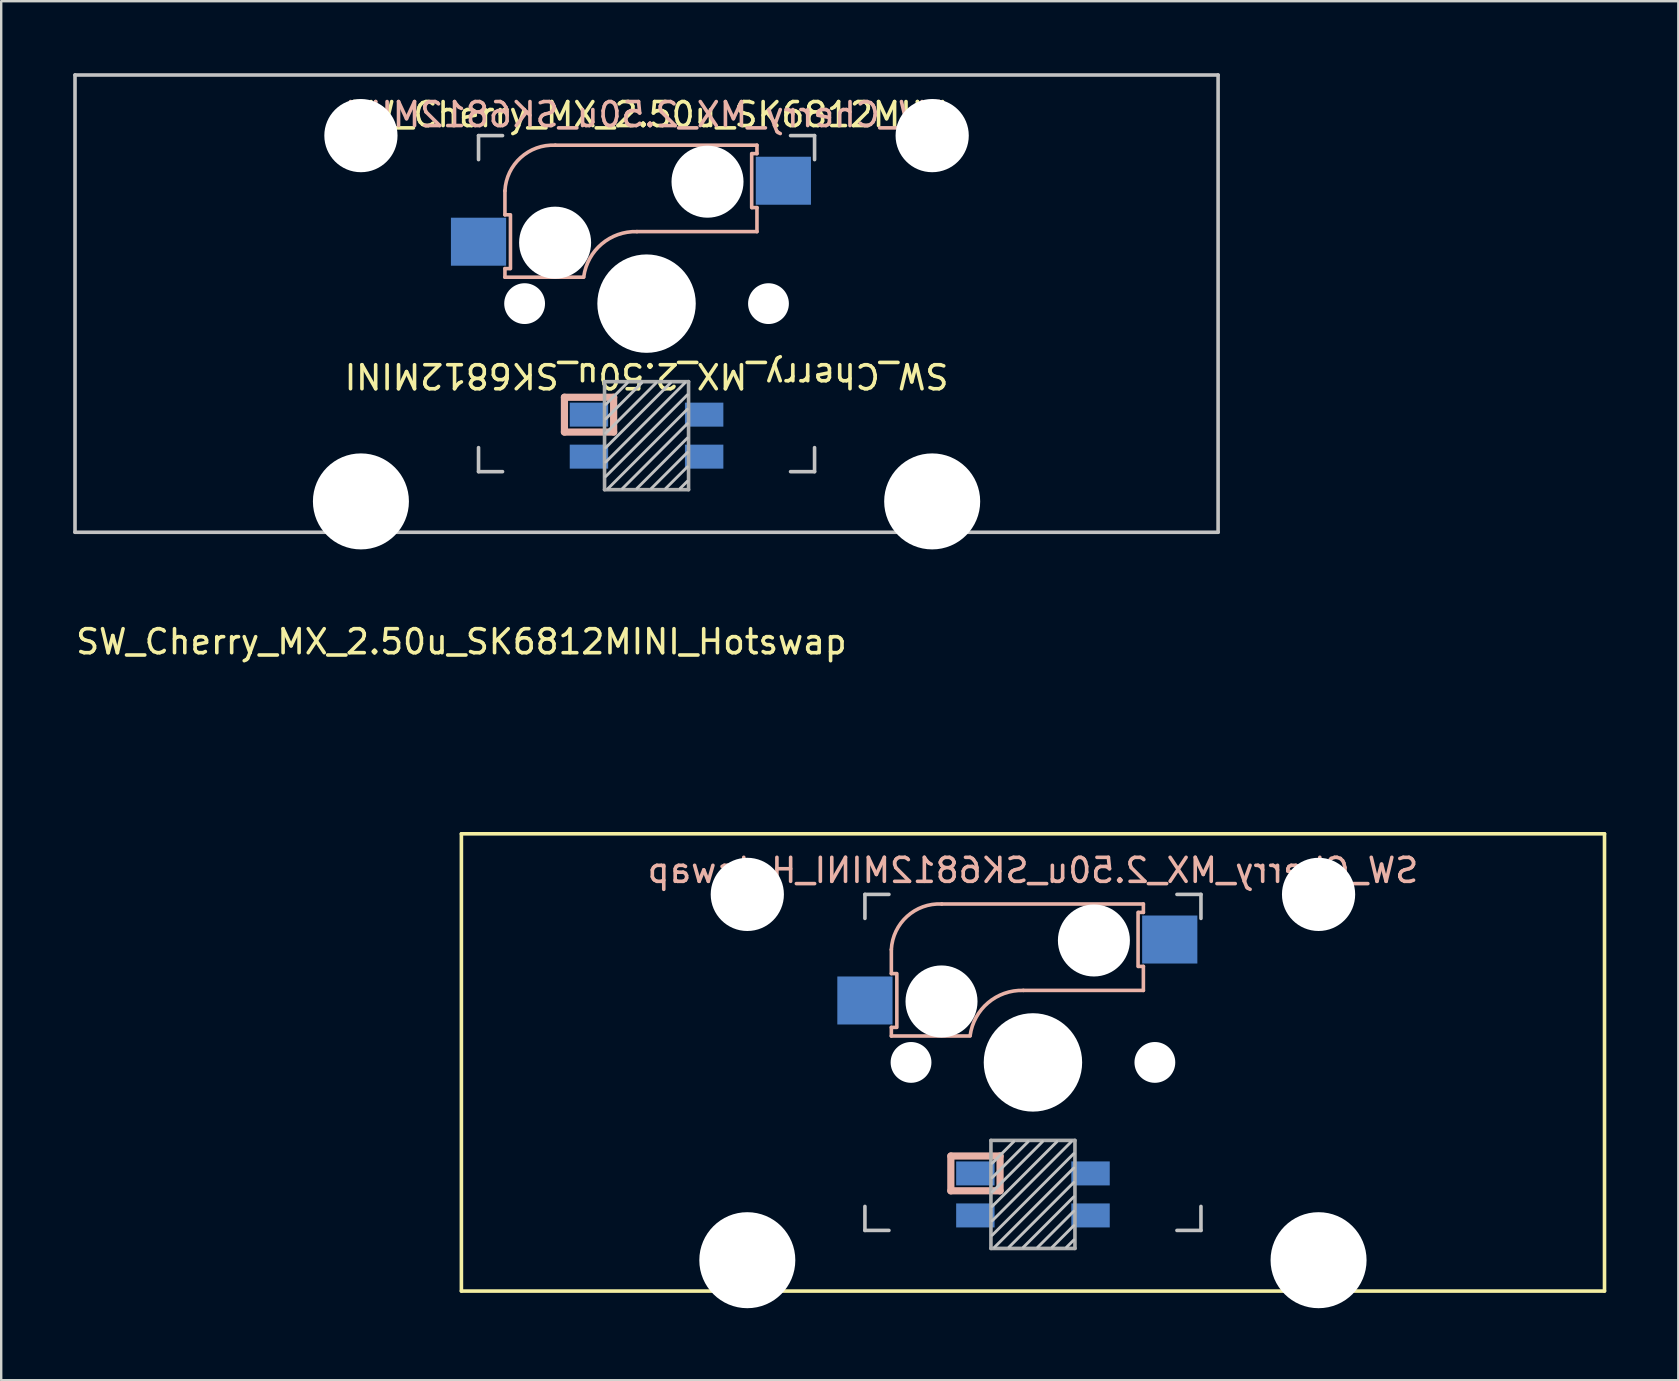
<source format=kicad_pcb>
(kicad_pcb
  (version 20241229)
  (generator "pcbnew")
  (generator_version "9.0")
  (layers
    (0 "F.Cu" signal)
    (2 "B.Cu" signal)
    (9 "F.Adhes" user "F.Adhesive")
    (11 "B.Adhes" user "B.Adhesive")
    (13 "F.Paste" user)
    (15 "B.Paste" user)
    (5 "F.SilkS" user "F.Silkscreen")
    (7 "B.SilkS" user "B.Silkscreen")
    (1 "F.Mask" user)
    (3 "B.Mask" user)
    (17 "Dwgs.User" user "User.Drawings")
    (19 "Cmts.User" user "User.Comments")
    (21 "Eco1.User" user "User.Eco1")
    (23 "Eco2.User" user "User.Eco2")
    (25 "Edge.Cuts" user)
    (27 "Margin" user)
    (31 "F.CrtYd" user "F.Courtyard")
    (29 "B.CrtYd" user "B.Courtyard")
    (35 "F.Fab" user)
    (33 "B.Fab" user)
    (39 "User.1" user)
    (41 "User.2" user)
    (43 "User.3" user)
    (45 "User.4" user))
  (footprint "SW_Cherry_MX_2.50u_SK6812MINI_Hotswap"
    (layer "F.Cu")
    (at 16.173 31.688)
    (property "Reference" "SW_Cherry_MX_2.50u_SK6812MINI_Hotswap" (at 0 -8 0) (unlocked yes) (layer "F.SilkS") (effects (font (size 1 1) (thickness 0.15))))
    (attr through_hole)
    (fp_line (start 0 0) (end 47.625 0) (stroke (width 0.15) (type solid)) (layer "F.SilkS"))
    (fp_line (start 0 19.05) (end 0 0) (stroke (width 0.15) (type solid)) (layer "F.SilkS"))
    (fp_line (start 0 19.05) (end 47.625 19.05) (stroke (width 0.15) (type solid)) (layer "F.SilkS"))
    (fp_line (start 47.625 0) (end 47.625 19.05) (stroke (width 0.15) (type solid)) (layer "F.SilkS"))
    (fp_line (start 17.913 4.825) (end 17.913 5.825) (stroke (width 0.15) (type solid)) (layer "B.SilkS"))
    (fp_line (start 17.913 5.825) (end 18.113 5.825) (stroke (width 0.15) (type solid)) (layer "B.SilkS"))
    (fp_line (start 17.913 8.425) (end 17.913 8.065) (stroke (width 0.15) (type solid)) (layer "B.SilkS"))
    (fp_line (start 17.913 8.425) (end 21.192 8.425) (stroke (width 0.15) (type solid)) (layer "B.SilkS"))
    (fp_line (start 18.113 8.065) (end 17.913 8.065) (stroke (width 0.15) (type solid)) (layer "B.SilkS"))
    (fp_line (start 18.142 5.825) (end 18.142 8.065) (stroke (width 0.15) (type solid)) (layer "B.SilkS"))
    (fp_line (start 20.392 13.425) (end 22.442 13.425) (stroke (width 0.3) (type solid)) (layer "B.SilkS"))
    (fp_line (start 20.392 14.875) (end 20.392 13.425) (stroke (width 0.3) (type solid)) (layer "B.SilkS"))
    (fp_line (start 22.442 13.425) (end 22.442 14.875) (stroke (width 0.3) (type solid)) (layer "B.SilkS"))
    (fp_line (start 22.442 14.875) (end 20.392 14.875) (stroke (width 0.3) (type solid)) (layer "B.SilkS"))
    (fp_line (start 23.413 6.525) (end 28.413 6.525) (stroke (width 0.15) (type solid)) (layer "B.SilkS"))
    (fp_line (start 28.192 5.525) (end 28.192 3.275) (stroke (width 0.15) (type solid)) (layer "B.SilkS"))
    (fp_line (start 28.212 3.275) (end 28.413 3.275) (stroke (width 0.15) (type solid)) (layer "B.SilkS"))
    (fp_line (start 28.413 2.925) (end 20.012 2.925) (stroke (width 0.15) (type solid)) (layer "B.SilkS"))
    (fp_line (start 28.413 3.275) (end 28.413 2.925) (stroke (width 0.15) (type solid)) (layer "B.SilkS"))
    (fp_line (start 28.413 5.525) (end 28.212 5.525) (stroke (width 0.15) (type solid)) (layer "B.SilkS"))
    (fp_line (start 28.413 6.525) (end 28.413 5.525) (stroke (width 0.15) (type solid)) (layer "B.SilkS"))
    (fp_arc (start 17.9125 4.825001) (mid 18.568996 3.440076) (end 20.012499 2.925) (stroke (width 0.15) (type solid)) (layer "B.SilkS"))
    (fp_arc (start 21.196182 8.403529) (mid 21.943791 7.038882) (end 23.4125 6.525) (stroke (width 0.15) (type solid)) (layer "B.SilkS"))
    (fp_line (start 16.812 2.525) (end 17.812 2.525) (stroke (width 0.15) (type solid)) (layer "Dwgs.User"))
    (fp_line (start 16.812 3.525) (end 16.812 2.525) (stroke (width 0.15) (type solid)) (layer "Dwgs.User"))
    (fp_line (start 16.812 15.525) (end 16.812 16.525) (stroke (width 0.15) (type solid)) (layer "Dwgs.User"))
    (fp_line (start 16.812 16.525) (end 17.812 16.525) (stroke (width 0.15) (type solid)) (layer "Dwgs.User"))
    (fp_line (start 23.012 12.825) (end 22.113 13.725) (stroke (width 0.12) (type solid)) (layer "Dwgs.User"))
    (fp_line (start 23.613 12.825) (end 22.113 14.325) (stroke (width 0.12) (type solid)) (layer "Dwgs.User"))
    (fp_line (start 24.212 12.825) (end 22.113 14.925) (stroke (width 0.12) (type solid)) (layer "Dwgs.User"))
    (fp_line (start 24.812 12.825) (end 22.113 15.525) (stroke (width 0.12) (type solid)) (layer "Dwgs.User"))
    (fp_line (start 25.413 12.825) (end 22.113 16.125) (stroke (width 0.12) (type solid)) (layer "Dwgs.User"))
    (fp_line (start 25.512 13.325) (end 22.113 16.725) (stroke (width 0.12) (type solid)) (layer "Dwgs.User"))
    (fp_line (start 25.512 13.925) (end 22.212 17.225) (stroke (width 0.12) (type solid)) (layer "Dwgs.User"))
    (fp_line (start 25.512 14.525) (end 22.812 17.225) (stroke (width 0.12) (type solid)) (layer "Dwgs.User"))
    (fp_line (start 25.512 15.125) (end 23.413 17.225) (stroke (width 0.12) (type solid)) (layer "Dwgs.User"))
    (fp_line (start 25.512 15.725) (end 24.012 17.225) (stroke (width 0.12) (type solid)) (layer "Dwgs.User"))
    (fp_line (start 25.512 16.325) (end 24.613 17.225) (stroke (width 0.12) (type solid)) (layer "Dwgs.User"))
    (fp_line (start 25.512 16.925) (end 25.212 17.225) (stroke (width 0.12) (type solid)) (layer "Dwgs.User"))
    (fp_line (start 29.812 16.525) (end 30.812 16.525) (stroke (width 0.15) (type solid)) (layer "Dwgs.User"))
    (fp_line (start 30.812 2.525) (end 29.812 2.525) (stroke (width 0.15) (type solid)) (layer "Dwgs.User"))
    (fp_line (start 30.812 2.525) (end 30.812 3.525) (stroke (width 0.15) (type solid)) (layer "Dwgs.User"))
    (fp_line (start 30.812 16.525) (end 30.812 15.525) (stroke (width 0.15) (type solid)) (layer "Dwgs.User"))
    (fp_line (start 7.683 17.297) (end 7.684 3.835) (stroke (width 0.05) (type solid)) (layer "Eco1.User"))
    (fp_line (start 7.684 3.835) (end 16.76 3.836) (stroke (width 0.05) (type solid)) (layer "Eco1.User"))
    (fp_line (start 14.161 16.129) (end 14.161 17.297) (stroke (width 0.05) (type solid)) (layer "Eco1.User"))
    (fp_line (start 14.161 17.297) (end 7.683 17.297) (stroke (width 0.05) (type solid)) (layer "Eco1.User"))
    (fp_line (start 16.76 2.481) (end 16.76 3.836) (stroke (width 0.05) (type solid)) (layer "Eco1.User"))
    (fp_line (start 16.76 2.481) (end 30.86 2.481) (stroke (width 0.05) (type solid)) (layer "Eco1.User"))
    (fp_line (start 16.76 16.13) (end 14.161 16.129) (stroke (width 0.05) (type solid)) (layer "Eco1.User"))
    (fp_line (start 16.76 16.13) (end 16.76 16.581) (stroke (width 0.05) (type solid)) (layer "Eco1.User"))
    (fp_line (start 30.86 2.481) (end 30.86 3.836) (stroke (width 0.05) (type solid)) (layer "Eco1.User"))
    (fp_line (start 30.86 16.13) (end 30.86 16.581) (stroke (width 0.05) (type solid)) (layer "Eco1.User"))
    (fp_line (start 30.86 16.13) (end 33.465 16.129) (stroke (width 0.05) (type solid)) (layer "Eco1.User"))
    (fp_line (start 30.86 16.581) (end 16.76 16.581) (stroke (width 0.05) (type solid)) (layer "Eco1.User"))
    (fp_line (start 33.465 17.297) (end 33.465 16.129) (stroke (width 0.05) (type solid)) (layer "Eco1.User"))
    (fp_line (start 33.465 17.297) (end 39.943 17.297) (stroke (width 0.05) (type solid)) (layer "Eco1.User"))
    (fp_line (start 39.941 3.835) (end 30.86 3.836) (stroke (width 0.05) (type solid)) (layer "Eco1.User"))
    (fp_line (start 39.943 17.297) (end 39.941 3.835) (stroke (width 0.05) (type solid)) (layer "Eco1.User"))
    (fp_line (start 22.062 12.775) (end 22.062 17.275) (stroke (width 0.15) (type solid)) (layer "F.Fab"))
    (fp_line (start 22.062 12.775) (end 25.562 12.775) (stroke (width 0.15) (type solid)) (layer "F.Fab"))
    (fp_line (start 25.562 12.775) (end 25.562 17.275) (stroke (width 0.15) (type solid)) (layer "F.Fab"))
    (fp_line (start 25.562 17.275) (end 22.062 17.275) (stroke (width 0.15) (type solid)) (layer "F.Fab"))
    (fp_text user "${REFERENCE}" (at 23.812 1.525 0) (layer "B.SilkS") (effects (font (size 1 1) (thickness 0.15)) (justify mirror)))
    (pad "" np_thru_hole circle (at 11.912 2.525) (size 3.05 3.05) (drill 3.05) (layers "*.Cu" "*.Mask"))
    (pad "" np_thru_hole circle (at 11.912 17.765) (size 4 4) (drill 4) (layers "*.Cu" "*.Mask"))
    (pad "" np_thru_hole circle (at 18.733 9.525) (size 1.7 1.7) (drill 1.7) (layers "*.Cu" "*.Mask"))
    (pad "" np_thru_hole circle (at 20.003 6.985 180) (size 3 3) (drill 3) (layers "*.Cu" "*.Mask"))
    (pad "" np_thru_hole circle (at 23.812 9.525 90) (size 4.1 4.1) (drill 4.1) (layers "*.Cu" "*.Mask"))
    (pad "" np_thru_hole circle (at 26.352 4.445 180) (size 3 3) (drill 3) (layers "*.Cu" "*.Mask"))
    (pad "" np_thru_hole circle (at 28.892 9.525) (size 1.7 1.7) (drill 1.7) (layers "*.Cu" "*.Mask"))
    (pad "" np_thru_hole circle (at 35.712 2.525) (size 3.05 3.05) (drill 3.05) (layers "*.Cu" "*.Mask"))
    (pad "" np_thru_hole circle (at 35.712 17.765) (size 4 4) (drill 4) (layers "*.Cu" "*.Mask"))
    (pad "1" smd rect (at 16.812 6.945 180) (size 2.3 2) (layers "B.Cu" "B.Mask" "B.Paste"))
    (pad "2" smd rect (at 29.512 4.405 180) (size 2.3 2) (layers "B.Cu" "B.Mask" "B.Paste"))
    (pad "3" smd rect (at 21.413 14.15) (size 1.6 1) (layers "B.Cu" "B.Mask" "B.Paste"))
    (pad "4" smd rect (at 21.413 15.9) (size 1.6 1) (layers "B.Cu" "B.Mask" "B.Paste"))
    (pad "5" smd rect (at 26.212 15.9) (size 1.6 1) (layers "B.Cu" "B.Mask" "B.Paste"))
    (pad "6" smd rect (at 26.212 14.15) (size 1.6 1) (layers "B.Cu" "B.Mask" "B.Paste")))
  (footprint "SW_Cherry_MX_2.50u_SK6812MINI"
    (layer "F.Cu")
    (at 23.887 9.6)
    (property "Reference" "SW_Cherry_MX_2.50u_SK6812MINI" (at 0 3 180) (unlocked yes) (layer "F.SilkS") (effects (font (size 1 1) (thickness 0.15))))
    (attr through_hole)
    (fp_line (start -5.9 -4.7) (end -5.9 -3.7) (stroke (width 0.15) (type solid)) (layer "B.SilkS"))
    (fp_line (start -5.9 -3.7) (end -5.7 -3.7) (stroke (width 0.15) (type solid)) (layer "B.SilkS"))
    (fp_line (start -5.9 -1.1) (end -5.9 -1.46) (stroke (width 0.15) (type solid)) (layer "B.SilkS"))
    (fp_line (start -5.9 -1.1) (end -2.62 -1.1) (stroke (width 0.15) (type solid)) (layer "B.SilkS"))
    (fp_line (start -5.7 -1.46) (end -5.9 -1.46) (stroke (width 0.15) (type solid)) (layer "B.SilkS"))
    (fp_line (start -5.67 -3.7) (end -5.67 -1.46) (stroke (width 0.15) (type solid)) (layer "B.SilkS"))
    (fp_line (start -3.421 3.9) (end -1.371 3.9) (stroke (width 0.3) (type solid)) (layer "B.SilkS"))
    (fp_line (start -3.421 5.35) (end -3.421 3.9) (stroke (width 0.3) (type solid)) (layer "B.SilkS"))
    (fp_line (start -1.371 3.9) (end -1.371 5.35) (stroke (width 0.3) (type solid)) (layer "B.SilkS"))
    (fp_line (start -1.371 5.35) (end -3.421 5.35) (stroke (width 0.3) (type solid)) (layer "B.SilkS"))
    (fp_line (start -0.4 -3) (end 4.6 -3) (stroke (width 0.15) (type solid)) (layer "B.SilkS"))
    (fp_line (start 4.38 -4) (end 4.38 -6.25) (stroke (width 0.15) (type solid)) (layer "B.SilkS"))
    (fp_line (start 4.4 -6.25) (end 4.6 -6.25) (stroke (width 0.15) (type solid)) (layer "B.SilkS"))
    (fp_line (start 4.6 -6.6) (end -3.8 -6.6) (stroke (width 0.15) (type solid)) (layer "B.SilkS"))
    (fp_line (start 4.6 -6.25) (end 4.6 -6.6) (stroke (width 0.15) (type solid)) (layer "B.SilkS"))
    (fp_line (start 4.6 -4) (end 4.4 -4) (stroke (width 0.15) (type solid)) (layer "B.SilkS"))
    (fp_line (start 4.6 -3) (end 4.6 -4) (stroke (width 0.15) (type solid)) (layer "B.SilkS"))
    (fp_arc (start -5.9 -4.699999) (mid -5.243504 -6.084924) (end -3.800001 -6.6) (stroke (width 0.15) (type solid)) (layer "B.SilkS"))
    (fp_arc (start -2.616318 -1.121471) (mid -1.868709 -2.486118) (end -0.4 -3) (stroke (width 0.15) (type solid)) (layer "B.SilkS"))
    (fp_line (start -23.812 -9.525) (end 23.812 -9.525) (stroke (width 0.15) (type solid)) (layer "Dwgs.User"))
    (fp_line (start -23.812 9.525) (end -23.812 -9.525) (stroke (width 0.15) (type solid)) (layer "Dwgs.User"))
    (fp_line (start -23.812 9.525) (end 23.812 9.525) (stroke (width 0.15) (type solid)) (layer "Dwgs.User"))
    (fp_line (start -7 -7) (end -6 -7) (stroke (width 0.15) (type solid)) (layer "Dwgs.User"))
    (fp_line (start -7 -6) (end -7 -7) (stroke (width 0.15) (type solid)) (layer "Dwgs.User"))
    (fp_line (start -7 6) (end -7 7) (stroke (width 0.15) (type solid)) (layer "Dwgs.User"))
    (fp_line (start -7 7) (end -6 7) (stroke (width 0.15) (type solid)) (layer "Dwgs.User"))
    (fp_line (start -0.8 3.3) (end -1.7 4.2) (stroke (width 0.12) (type solid)) (layer "Dwgs.User"))
    (fp_line (start -0.2 3.3) (end -1.7 4.8) (stroke (width 0.12) (type solid)) (layer "Dwgs.User"))
    (fp_line (start 0.4 3.3) (end -1.7 5.4) (stroke (width 0.12) (type solid)) (layer "Dwgs.User"))
    (fp_line (start 1 3.3) (end -1.7 6) (stroke (width 0.12) (type solid)) (layer "Dwgs.User"))
    (fp_line (start 1.6 3.3) (end -1.7 6.6) (stroke (width 0.12) (type solid)) (layer "Dwgs.User"))
    (fp_line (start 1.7 3.8) (end -1.7 7.2) (stroke (width 0.12) (type solid)) (layer "Dwgs.User"))
    (fp_line (start 1.7 4.4) (end -1.6 7.7) (stroke (width 0.12) (type solid)) (layer "Dwgs.User"))
    (fp_line (start 1.7 5) (end -1 7.7) (stroke (width 0.12) (type solid)) (layer "Dwgs.User"))
    (fp_line (start 1.7 5.6) (end -0.4 7.7) (stroke (width 0.12) (type solid)) (layer "Dwgs.User"))
    (fp_line (start 1.7 6.2) (end 0.2 7.7) (stroke (width 0.12) (type solid)) (layer "Dwgs.User"))
    (fp_line (start 1.7 6.8) (end 0.8 7.7) (stroke (width 0.12) (type solid)) (layer "Dwgs.User"))
    (fp_line (start 1.7 7.4) (end 1.4 7.7) (stroke (width 0.12) (type solid)) (layer "Dwgs.User"))
    (fp_line (start 6 7) (end 7 7) (stroke (width 0.15) (type solid)) (layer "Dwgs.User"))
    (fp_line (start 7 -7) (end 6 -7) (stroke (width 0.15) (type solid)) (layer "Dwgs.User"))
    (fp_line (start 7 -7) (end 7 -6) (stroke (width 0.15) (type solid)) (layer "Dwgs.User"))
    (fp_line (start 7 7) (end 7 6) (stroke (width 0.15) (type solid)) (layer "Dwgs.User"))
    (fp_line (start 23.812 -9.525) (end 23.812 9.525) (stroke (width 0.15) (type solid)) (layer "Dwgs.User"))
    (fp_line (start -16.129 -2.286) (end -15.265 -2.286) (stroke (width 0.05) (type solid)) (layer "Eco1.User"))
    (fp_line (start -16.129 0.508) (end -16.129 -2.286) (stroke (width 0.05) (type solid)) (layer "Eco1.User"))
    (fp_line (start -15.265 -5.69) (end -8.611 -5.69) (stroke (width 0.05) (type solid)) (layer "Eco1.User"))
    (fp_line (start -15.265 -2.286) (end -15.265 -5.69) (stroke (width 0.05) (type solid)) (layer "Eco1.User"))
    (fp_line (start -15.265 0.508) (end -16.129 0.508) (stroke (width 0.05) (type solid)) (layer "Eco1.User"))
    (fp_line (start -15.265 6.604) (end -15.265 0.508) (stroke (width 0.05) (type solid)) (layer "Eco1.User"))
    (fp_line (start -14.224 6.604) (end -15.265 6.604) (stroke (width 0.05) (type solid)) (layer "Eco1.User"))
    (fp_line (start -14.224 7.772) (end -14.224 6.604) (stroke (width 0.05) (type solid)) (layer "Eco1.User"))
    (fp_line (start -9.652 6.604) (end -9.652 7.772) (stroke (width 0.05) (type solid)) (layer "Eco1.User"))
    (fp_line (start -9.652 7.772) (end -14.224 7.772) (stroke (width 0.05) (type solid)) (layer "Eco1.User"))
    (fp_line (start -8.611 -5.69) (end -8.611 -4.877) (stroke (width 0.05) (type solid)) (layer "Eco1.User"))
    (fp_line (start -8.611 -4.877) (end -6.985 -4.877) (stroke (width 0.05) (type solid)) (layer "Eco1.User"))
    (fp_line (start -8.611 5.817) (end -8.611 6.604) (stroke (width 0.05) (type solid)) (layer "Eco1.User"))
    (fp_line (start -8.611 6.604) (end -9.652 6.604) (stroke (width 0.05) (type solid)) (layer "Eco1.User"))
    (fp_line (start -6.985 -6.985) (end 6.985 -6.985) (stroke (width 0.05) (type solid)) (layer "Eco1.User"))
    (fp_line (start -6.985 -4.877) (end -6.985 -6.985) (stroke (width 0.05) (type solid)) (layer "Eco1.User"))
    (fp_line (start -6.985 5.817) (end -8.611 5.817) (stroke (width 0.05) (type solid)) (layer "Eco1.User"))
    (fp_line (start -6.985 6.985) (end -6.985 5.817) (stroke (width 0.05) (type solid)) (layer "Eco1.User"))
    (fp_line (start 6.985 -6.985) (end 6.985 -4.877) (stroke (width 0.05) (type solid)) (layer "Eco1.User"))
    (fp_line (start 6.985 -4.877) (end 8.611 -4.877) (stroke (width 0.05) (type solid)) (layer "Eco1.User"))
    (fp_line (start 6.985 5.817) (end 6.985 6.985) (stroke (width 0.05) (type solid)) (layer "Eco1.User"))
    (fp_line (start 6.985 6.985) (end -6.985 6.985) (stroke (width 0.05) (type solid)) (layer "Eco1.User"))
    (fp_line (start 8.611 -5.69) (end 15.265 -5.69) (stroke (width 0.05) (type solid)) (layer "Eco1.User"))
    (fp_line (start 8.611 -4.877) (end 8.611 -5.69) (stroke (width 0.05) (type solid)) (layer "Eco1.User"))
    (fp_line (start 8.611 5.817) (end 6.985 5.817) (stroke (width 0.05) (type solid)) (layer "Eco1.User"))
    (fp_line (start 8.611 6.604) (end 8.611 5.817) (stroke (width 0.05) (type solid)) (layer "Eco1.User"))
    (fp_line (start 9.652 6.604) (end 8.611 6.604) (stroke (width 0.05) (type solid)) (layer "Eco1.User"))
    (fp_line (start 9.652 7.772) (end 9.652 6.604) (stroke (width 0.05) (type solid)) (layer "Eco1.User"))
    (fp_line (start 14.224 6.604) (end 14.224 7.772) (stroke (width 0.05) (type solid)) (layer "Eco1.User"))
    (fp_line (start 14.224 7.772) (end 9.652 7.772) (stroke (width 0.05) (type solid)) (layer "Eco1.User"))
    (fp_line (start 15.265 -5.69) (end 15.265 -2.286) (stroke (width 0.05) (type solid)) (layer "Eco1.User"))
    (fp_line (start 15.265 -2.286) (end 16.129 -2.286) (stroke (width 0.05) (type solid)) (layer "Eco1.User"))
    (fp_line (start 15.265 0.508) (end 15.265 6.604) (stroke (width 0.05) (type solid)) (layer "Eco1.User"))
    (fp_line (start 15.265 6.604) (end 14.224 6.604) (stroke (width 0.05) (type solid)) (layer "Eco1.User"))
    (fp_line (start 16.129 -2.286) (end 16.129 0.508) (stroke (width 0.05) (type solid)) (layer "Eco1.User"))
    (fp_line (start 16.129 0.508) (end 15.265 0.508) (stroke (width 0.05) (type solid)) (layer "Eco1.User"))
    (fp_line (start -1.75 3.25) (end -1.75 7.75) (stroke (width 0.15) (type solid)) (layer "F.Fab"))
    (fp_line (start -1.75 3.25) (end 1.75 3.25) (stroke (width 0.15) (type solid)) (layer "F.Fab"))
    (fp_line (start 1.75 3.25) (end 1.75 7.75) (stroke (width 0.15) (type solid)) (layer "F.Fab"))
    (fp_line (start 1.75 7.75) (end -1.75 7.75) (stroke (width 0.15) (type solid)) (layer "F.Fab"))
    (fp_text user "${REFERENCE}" (at 0 -7.874 0) (layer "F.SilkS") (effects (font (size 1 1) (thickness 0.15))))
    (fp_text user "${REFERENCE}" (at 0 -7.874 0) (layer "B.SilkS") (effects (font (size 1 1) (thickness 0.15)) (justify mirror)))
    (pad "" np_thru_hole circle (at -11.9 -7) (size 3.05 3.05) (drill 3.05) (layers "*.Cu" "*.Mask"))
    (pad "" np_thru_hole circle (at -11.9 8.24) (size 4 4) (drill 4) (layers "*.Cu" "*.Mask"))
    (pad "" np_thru_hole circle (at -5.08 0) (size 1.7 1.7) (drill 1.7) (layers "*.Cu" "*.Mask"))
    (pad "" np_thru_hole circle (at -3.81 -2.54 180) (size 3 3) (drill 3) (layers "*.Cu" "*.Mask"))
    (pad "" np_thru_hole circle (at 0 0 90) (size 4.1 4.1) (drill 4.1) (layers "*.Cu" "*.Mask"))
    (pad "" np_thru_hole circle (at 2.54 -5.08 180) (size 3 3) (drill 3) (layers "*.Cu" "*.Mask"))
    (pad "" np_thru_hole circle (at 5.08 0) (size 1.7 1.7) (drill 1.7) (layers "*.Cu" "*.Mask"))
    (pad "" np_thru_hole circle (at 11.9 -7) (size 3.05 3.05) (drill 3.05) (layers "*.Cu" "*.Mask"))
    (pad "" np_thru_hole circle (at 11.9 8.24) (size 4 4) (drill 4) (layers "*.Cu" "*.Mask"))
    (pad "1" smd rect (at -2.4 4.625) (size 1.6 1) (layers "B.Cu" "B.Mask" "B.Paste"))
    (pad "2" smd rect (at -2.4 6.375) (size 1.6 1) (layers "B.Cu" "B.Mask" "B.Paste"))
    (pad "3" smd rect (at 2.4 6.375) (size 1.6 1) (layers "B.Cu" "B.Mask" "B.Paste"))
    (pad "4" smd rect (at 2.4 4.625) (size 1.6 1) (layers "B.Cu" "B.Mask" "B.Paste"))
    (pad "5" smd rect (at -7 -2.58 180) (size 2.3 2) (layers "B.Cu" "B.Mask" "B.Paste"))
    (pad "6" smd rect (at 5.7 -5.12 180) (size 2.3 2) (layers "B.Cu" "B.Mask" "B.Paste")))
  (gr_rect
    (start -3 -3)
    (end 66.873 54.453)
    (stroke (width 0.1) (type default))
    (fill no)
    (layer "Edge.Cuts")))
</source>
